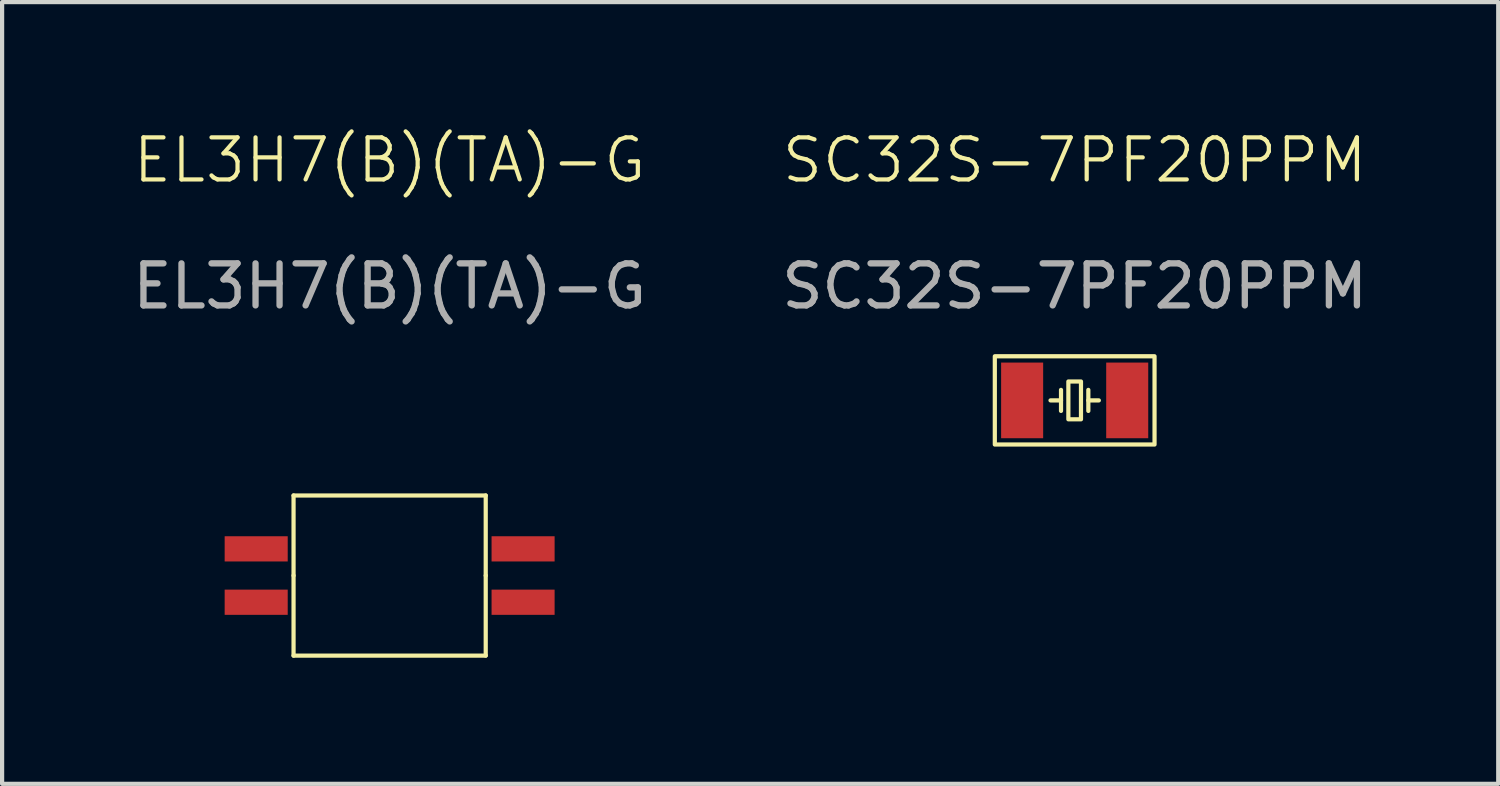
<source format=kicad_pcb>
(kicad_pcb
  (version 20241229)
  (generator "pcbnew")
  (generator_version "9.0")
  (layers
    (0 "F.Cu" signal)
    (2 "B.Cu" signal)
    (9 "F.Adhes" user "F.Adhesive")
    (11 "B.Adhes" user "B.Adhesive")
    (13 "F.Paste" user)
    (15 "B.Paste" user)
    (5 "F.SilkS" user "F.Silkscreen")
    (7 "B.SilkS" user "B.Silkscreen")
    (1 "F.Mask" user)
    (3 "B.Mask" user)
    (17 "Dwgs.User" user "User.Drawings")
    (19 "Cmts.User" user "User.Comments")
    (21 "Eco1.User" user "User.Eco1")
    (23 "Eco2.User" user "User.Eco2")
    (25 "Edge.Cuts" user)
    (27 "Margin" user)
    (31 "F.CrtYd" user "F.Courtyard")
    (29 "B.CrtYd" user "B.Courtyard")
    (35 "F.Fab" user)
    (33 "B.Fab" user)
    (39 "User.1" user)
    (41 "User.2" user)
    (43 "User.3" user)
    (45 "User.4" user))
  (footprint "EL3H7(B)(TA)-G"
    (layer "F.Cu")
    (at 6.22 10.643)
    (property "Reference" "EL3H7(B)(TA)-G" (at 0 -9.882 0) (unlocked yes) (layer "F.SilkS") (effects (font (size 1 1) (thickness 0.1))))
    (attr smd)
    (fp_line (start -2.286 -1.905) (end 2.286 -1.905) (stroke (width 0.1) (type default)) (layer "F.SilkS"))
    (fp_line (start -2.286 0) (end -2.286 -1.905) (stroke (width 0.1) (type default)) (layer "F.SilkS"))
    (fp_line (start -2.286 1.905) (end -2.286 0) (stroke (width 0.1) (type default)) (layer "F.SilkS"))
    (fp_line (start 2.286 -1.905) (end 2.286 0) (stroke (width 0.1) (type default)) (layer "F.SilkS"))
    (fp_line (start 2.286 0) (end 2.286 1.905) (stroke (width 0.1) (type default)) (layer "F.SilkS"))
    (fp_line (start 2.286 1.905) (end -2.286 1.905) (stroke (width 0.1) (type default)) (layer "F.SilkS"))
    (fp_text user "${REFERENCE}" (at 0 -6.882 0) (unlocked yes) (layer "F.Fab") (effects (font (size 1 1) (thickness 0.15))))
    (pad "1" smd rect (at -3.175 -0.635) (size 1.5 0.6) (layers "F.Cu" "F.Mask" "F.Paste"))
    (pad "2" smd rect (at -3.175 0.635) (size 1.5 0.6) (layers "F.Cu" "F.Mask" "F.Paste"))
    (pad "3" smd rect (at 3.175 0.635) (size 1.5 0.6) (layers "F.Cu" "F.Mask" "F.Paste"))
    (pad "4" smd rect (at 3.175 -0.635) (size 1.5 0.6) (layers "F.Cu" "F.Mask" "F.Paste")))
  (footprint "SC32S-7PF20PPM"
    (layer "F.Cu")
    (at 22.518 6.476)
    (property "Reference" "SC32S-7PF20PPM" (at 0 -5.715 0) (unlocked yes) (layer "F.SilkS") (effects (font (size 1 1) (thickness 0.1))))
    (attr smd)
    (fp_line (start -0.325 -0.25) (end -0.325 0.25) (stroke (width 0.1) (type default)) (layer "F.SilkS"))
    (fp_line (start -0.325 0) (end -0.575 0) (stroke (width 0.1) (type default)) (layer "F.SilkS"))
    (fp_line (start 0.325 -0.25) (end 0.325 0.25) (stroke (width 0.1) (type default)) (layer "F.SilkS"))
    (fp_line (start 0.325 0) (end 0.575 0) (stroke (width 0.1) (type default)) (layer "F.SilkS"))
    (fp_rect (start -1.9 -1.05) (end 1.9 1.05) (stroke (width 0.1) (type default)) (fill no) (layer "F.SilkS"))
    (fp_rect (start -0.15 -0.45) (end 0.15 0.45) (stroke (width 0.1) (type default)) (fill no) (layer "F.SilkS"))
    (fp_text user "${REFERENCE}" (at 0 -2.715 0) (unlocked yes) (layer "F.Fab") (effects (font (size 1 1) (thickness 0.15))))
    (pad "1" smd rect (at -1.25 0) (size 1 1.8) (layers "F.Cu" "F.Mask" "F.Paste"))
    (pad "2" smd rect (at 1.25 0) (size 1 1.8) (layers "F.Cu" "F.Mask" "F.Paste")))
  (gr_rect
    (start -3 -3)
    (end 32.595 15.598)
    (stroke (width 0.1) (type default))
    (fill no)
    (layer "Edge.Cuts")))
</source>
